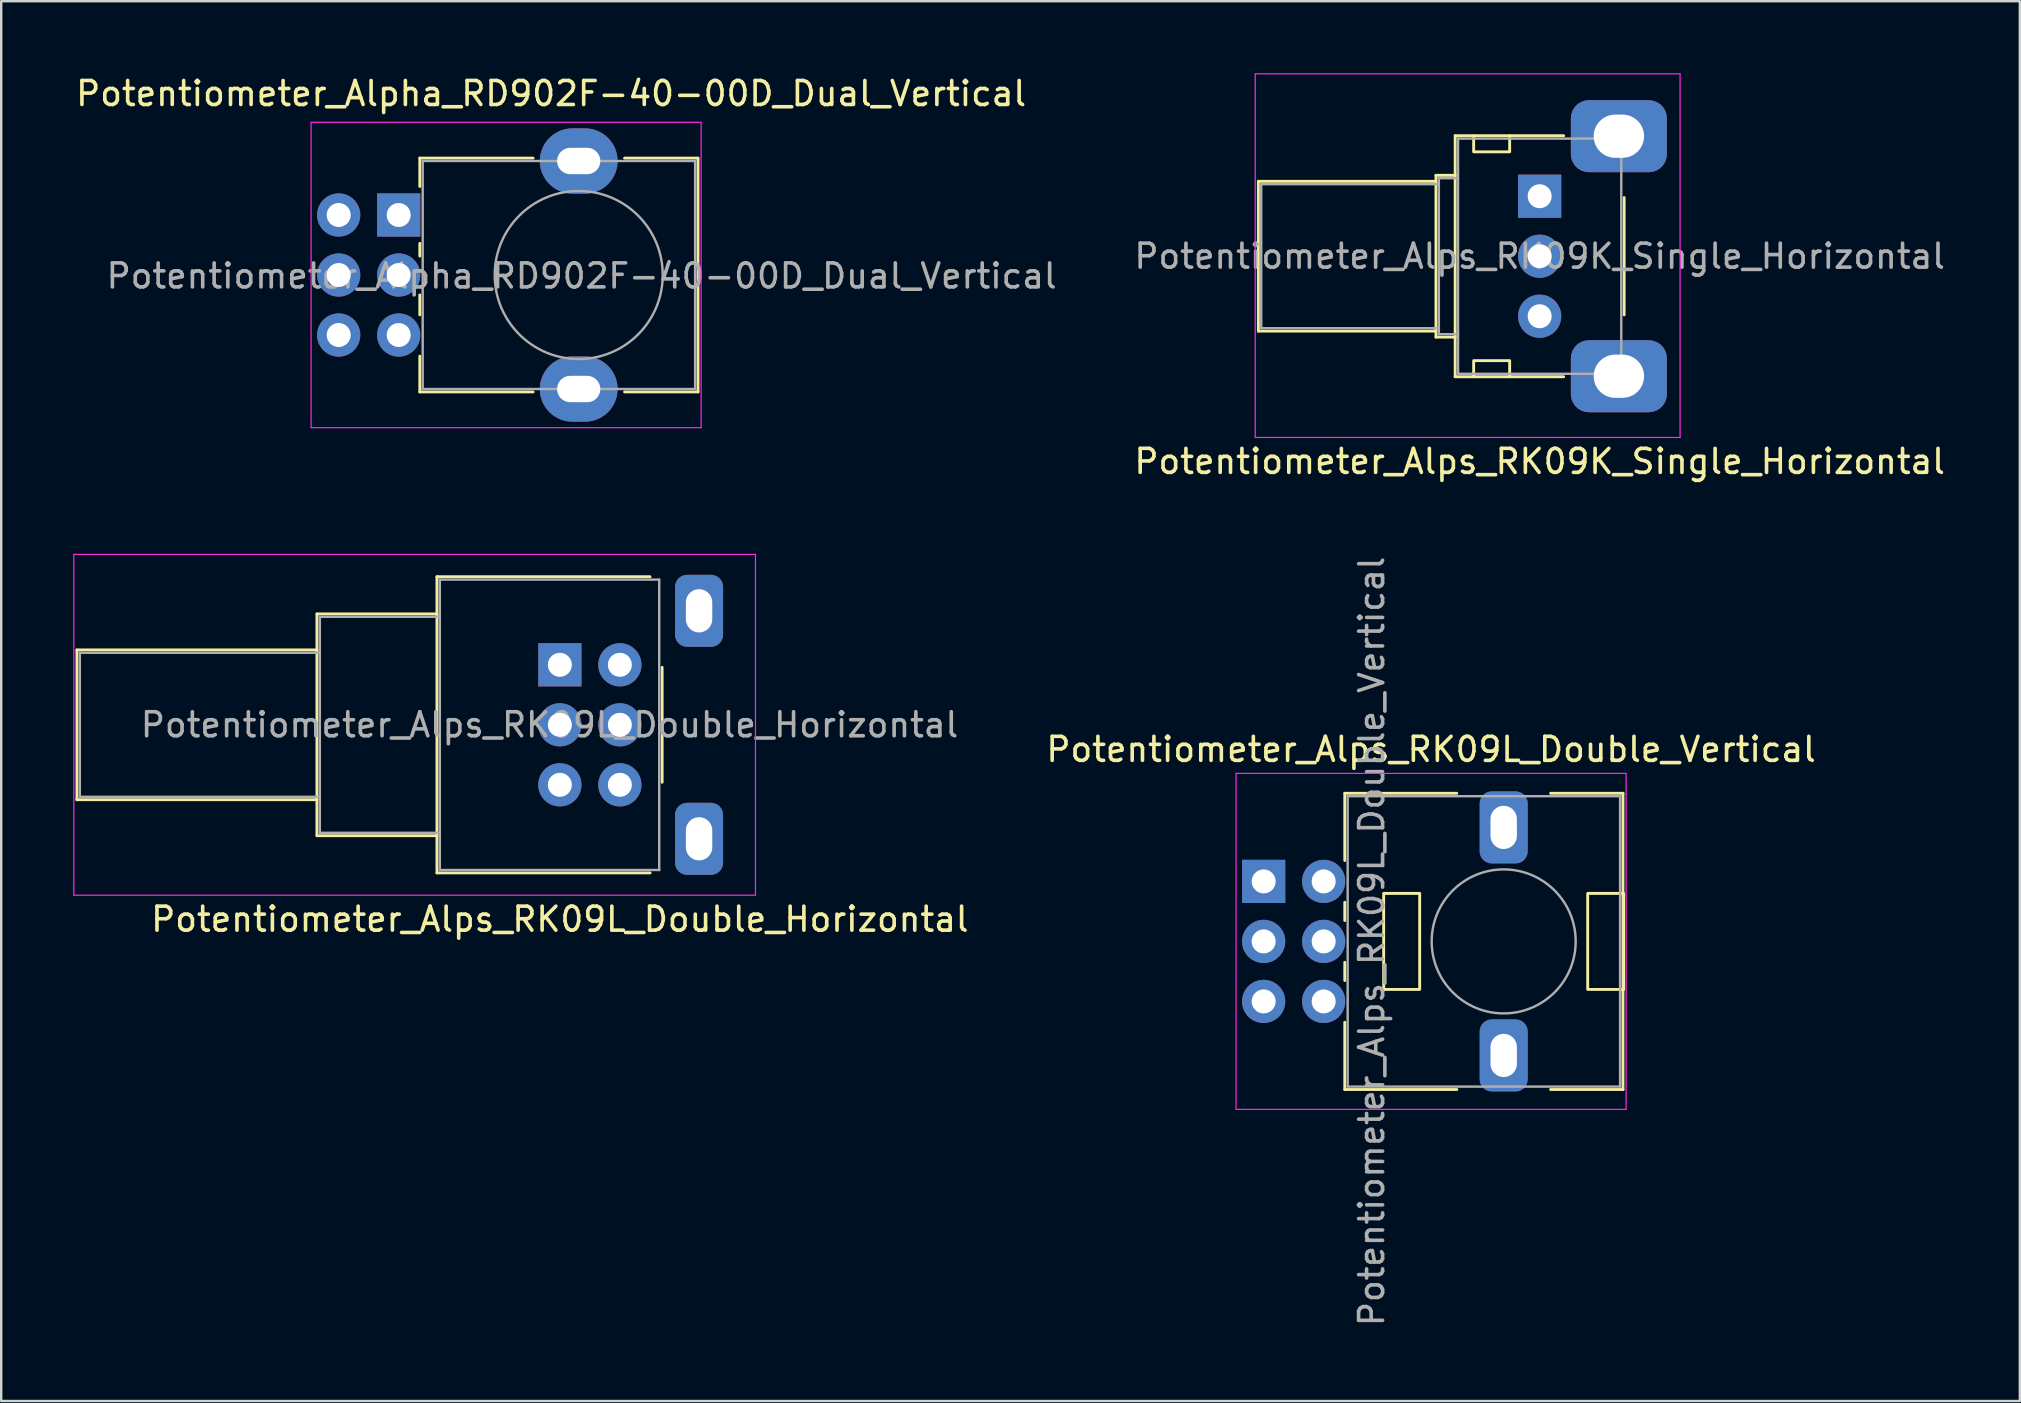
<source format=kicad_pcb>
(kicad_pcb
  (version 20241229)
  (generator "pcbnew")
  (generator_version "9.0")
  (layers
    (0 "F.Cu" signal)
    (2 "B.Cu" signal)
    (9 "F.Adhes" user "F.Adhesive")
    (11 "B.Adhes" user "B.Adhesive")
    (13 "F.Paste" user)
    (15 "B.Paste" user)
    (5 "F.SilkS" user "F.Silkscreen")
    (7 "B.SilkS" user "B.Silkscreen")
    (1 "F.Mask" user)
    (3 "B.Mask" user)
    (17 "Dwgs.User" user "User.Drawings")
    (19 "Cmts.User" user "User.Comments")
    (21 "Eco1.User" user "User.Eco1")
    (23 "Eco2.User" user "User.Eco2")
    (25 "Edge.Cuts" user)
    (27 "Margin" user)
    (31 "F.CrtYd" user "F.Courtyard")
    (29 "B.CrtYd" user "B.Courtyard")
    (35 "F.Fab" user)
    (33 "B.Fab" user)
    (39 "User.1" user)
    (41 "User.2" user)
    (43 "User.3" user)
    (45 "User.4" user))
  (footprint "Potentiometer_Alpha_RD902F-40-00D_Dual_Vertical"
    (layer "F.Cu")
    (at 13.561 5.908)
    (property "Reference" "Potentiometer_Alpha_RD902F-40-00D_Dual_Vertical" (at 6.35 -5.06 180) (layer "F.SilkS") (effects (font (size 1 1) (thickness 0.15))))
    (attr through_hole)
    (fp_line (start 0.88 -2.37) (end 5.6 -2.37) (stroke (width 0.12) (type solid)) (layer "F.SilkS"))
    (fp_line (start 0.88 -1.19) (end 0.88 -2.37) (stroke (width 0.12) (type solid)) (layer "F.SilkS"))
    (fp_line (start 0.88 1.71) (end 0.88 1.18) (stroke (width 0.12) (type solid)) (layer "F.SilkS"))
    (fp_line (start 0.88 4.16) (end 0.88 3.33) (stroke (width 0.12) (type solid)) (layer "F.SilkS"))
    (fp_line (start 0.88 7.37) (end 0.88 5.88) (stroke (width 0.12) (type solid)) (layer "F.SilkS"))
    (fp_line (start 0.88 7.37) (end 5.6 7.37) (stroke (width 0.12) (type solid)) (layer "F.SilkS"))
    (fp_line (start 9.41 -2.37) (end 12.47 -2.37) (stroke (width 0.12) (type solid)) (layer "F.SilkS"))
    (fp_line (start 9.41 7.37) (end 12.47 7.37) (stroke (width 0.12) (type solid)) (layer "F.SilkS"))
    (fp_line (start 12.47 7.37) (end 12.47 -2.37) (stroke (width 0.12) (type solid)) (layer "F.SilkS"))
    (fp_line (start -3.65 -3.86) (end -3.65 8.86) (stroke (width 0.05) (type solid)) (layer "F.CrtYd"))
    (fp_line (start -3.65 8.86) (end 12.6 8.86) (stroke (width 0.05) (type solid)) (layer "F.CrtYd"))
    (fp_line (start 12.6 -3.86) (end -3.65 -3.86) (stroke (width 0.05) (type solid)) (layer "F.CrtYd"))
    (fp_line (start 12.6 8.86) (end 12.6 -3.86) (stroke (width 0.05) (type solid)) (layer "F.CrtYd"))
    (fp_line (start 1 -2.25) (end 12.35 -2.25) (stroke (width 0.1) (type solid)) (layer "F.Fab"))
    (fp_line (start 1 7.25) (end 1 -2.25) (stroke (width 0.1) (type solid)) (layer "F.Fab"))
    (fp_line (start 1 7.25) (end 12.35 7.25) (stroke (width 0.1) (type solid)) (layer "F.Fab"))
    (fp_line (start 12.35 7.25) (end 12.35 -2.25) (stroke (width 0.1) (type solid)) (layer "F.Fab"))
    (fp_circle (center 7.5 2.5) (end 7.5 -1) (stroke (width 0.1) (type solid)) (fill no) (layer "F.Fab"))
    (fp_text user "${REFERENCE}" (at 7.62 2.54 0) (layer "F.Fab") (effects (font (size 1 1) (thickness 0.15))))
    (pad "" thru_hole oval (at 7.5 -2.25 90) (size 2.72 3.24) (drill oval 1.1 1.8) (layers "*.Cu" "*.Mask"))
    (pad "" thru_hole oval (at 7.5 7.25 90) (size 2.72 3.24) (drill oval 1.1 1.8) (layers "*.Cu" "*.Mask"))
    (pad "1" thru_hole rect (at 0 0 90) (size 1.8 1.8) (drill 1) (layers "*.Cu" "*.Mask"))
    (pad "2" thru_hole circle (at 0 2.5 90) (size 1.8 1.8) (drill 1) (layers "*.Cu" "*.Mask"))
    (pad "3" thru_hole circle (at 0 5 90) (size 1.8 1.8) (drill 1) (layers "*.Cu" "*.Mask"))
    (pad "4" thru_hole circle (at -2.5 0 90) (size 1.8 1.8) (drill 1) (layers "*.Cu" "*.Mask"))
    (pad "5" thru_hole circle (at -2.5 2.5 90) (size 1.8 1.8) (drill 1) (layers "*.Cu" "*.Mask"))
    (pad "6" thru_hole circle (at -2.5 5 90) (size 1.8 1.8) (drill 1) (layers "*.Cu" "*.Mask")))
  (footprint "Potentiometer_Alps_RK09K_Single_Horizontal"
    (layer "F.Cu")
    (at 61.097 5.125)
    (property "Reference" "Potentiometer_Alps_RK09K_Single_Horizontal" (at 0 11.05 180) (layer "F.SilkS") (effects (font (size 1 1) (thickness 0.15))))
    (attr through_hole)
    (fp_line (start -11.72 5.62) (end -11.72 -0.62) (stroke (width 0.12) (type solid)) (layer "F.SilkS"))
    (fp_line (start -4.32 -0.62) (end -11.72 -0.62) (stroke (width 0.12) (type solid)) (layer "F.SilkS"))
    (fp_line (start -4.32 5.62) (end -11.72 5.62) (stroke (width 0.12) (type solid)) (layer "F.SilkS"))
    (fp_line (start -4.32 5.87) (end -4.32 -0.87) (stroke (width 0.12) (type solid)) (layer "F.SilkS"))
    (fp_line (start -3.52 -0.87) (end -4.32 -0.87) (stroke (width 0.12) (type solid)) (layer "F.SilkS"))
    (fp_line (start -3.52 5.87) (end -4.32 5.87) (stroke (width 0.12) (type solid)) (layer "F.SilkS"))
    (fp_line (start -3.52 7.521) (end -3.52 -2.52) (stroke (width 0.12) (type solid)) (layer "F.SilkS"))
    (fp_line (start -2.75 -2.52) (end -3.52 -2.52) (stroke (width 0.12) (type solid)) (layer "F.SilkS"))
    (fp_line (start -2.75 7.521) (end -3.52 7.521) (stroke (width 0.12) (type solid)) (layer "F.SilkS"))
    (fp_line (start -1.25 -2.52) (end 1 -2.52) (stroke (width 0.12) (type solid)) (layer "F.SilkS"))
    (fp_line (start 1 7.521) (end -1.25 7.521) (stroke (width 0.12) (type solid)) (layer "F.SilkS"))
    (fp_line (start 3.52 4.944) (end 3.52 0.055) (stroke (width 0.12) (type solid)) (layer "F.SilkS"))
    (fp_rect (start -2.75 -2.52) (end -1.25 -1.85) (stroke (width 0.12) (type solid)) (fill no) (layer "F.SilkS"))
    (fp_rect (start -2.75 6.85) (end -1.25 7.521) (stroke (width 0.12) (type solid)) (fill no) (layer "F.SilkS"))
    (fp_line (start -11.85 -5.1) (end -11.85 10.05) (stroke (width 0.05) (type solid)) (layer "F.CrtYd"))
    (fp_line (start -11.85 10.05) (end 5.85 10.05) (stroke (width 0.05) (type solid)) (layer "F.CrtYd"))
    (fp_line (start 5.85 -5.1) (end -11.85 -5.1) (stroke (width 0.05) (type solid)) (layer "F.CrtYd"))
    (fp_line (start 5.85 10.05) (end 5.85 -5.1) (stroke (width 0.05) (type solid)) (layer "F.CrtYd"))
    (fp_line (start -11.6 -0.5) (end -11.6 5.5) (stroke (width 0.1) (type solid)) (layer "F.Fab"))
    (fp_line (start -11.6 5.5) (end -4.2 5.5) (stroke (width 0.1) (type solid)) (layer "F.Fab"))
    (fp_line (start -4.2 -0.75) (end -4.2 5.75) (stroke (width 0.1) (type solid)) (layer "F.Fab"))
    (fp_line (start -4.2 -0.5) (end -11.6 -0.5) (stroke (width 0.1) (type solid)) (layer "F.Fab"))
    (fp_line (start -4.2 5.75) (end -3.4 5.75) (stroke (width 0.1) (type solid)) (layer "F.Fab"))
    (fp_line (start -3.4 -2.4) (end -3.4 7.4) (stroke (width 0.1) (type solid)) (layer "F.Fab"))
    (fp_line (start -3.4 -0.75) (end -4.2 -0.75) (stroke (width 0.1) (type solid)) (layer "F.Fab"))
    (fp_line (start -3.4 7.4) (end 3.4 7.4) (stroke (width 0.1) (type solid)) (layer "F.Fab"))
    (fp_line (start 3.4 -2.4) (end -3.4 -2.4) (stroke (width 0.1) (type solid)) (layer "F.Fab"))
    (fp_line (start 3.4 7.4) (end 3.4 -2.4) (stroke (width 0.1) (type solid)) (layer "F.Fab"))
    (fp_text user "${REFERENCE}" (at 0 2.5 180) (layer "F.Fab") (effects (font (size 1 1) (thickness 0.15))))
    (pad "1" thru_hole rect (at 0 0 180) (size 1.8 1.8) (drill 1) (layers "*.Cu" "*.Mask"))
    (pad "2" thru_hole circle (at 0 2.5 180) (size 1.8 1.8) (drill 1) (layers "*.Cu" "*.Mask"))
    (pad "3" thru_hole circle (at 0 5 180) (size 1.8 1.8) (drill 1) (layers "*.Cu" "*.Mask"))
    (pad "MP" thru_hole roundrect (at 3.3 -2.5 180) (size 4 3) (drill oval 2.1 1.8) (layers "*.Cu" "*.Mask") (roundrect_rratio 0.25))
    (pad "MP" thru_hole roundrect (at 3.3 7.5 180) (size 4 3) (drill oval 2.1 1.8) (layers "*.Cu" "*.Mask") (roundrect_rratio 0.25))
    (zone (net_name "") (layer "F.Cu") (name "Copper Keep Out") (hatch full 0.508) (connect_pads) (min_thickness 0.254) (filled_areas_thickness no) (keepout (tracks not_allowed) (vias not_allowed) (pads not_allowed) (copperpour not_allowed) (footprints not_allowed)) (placement (enabled no)) (fill) (polygon (pts (xy 58.347 2.625) (xy 59.847 2.625) (xy 59.847 3.275) (xy 58.347 3.275))))
    (zone (net_name "") (layer "F.Cu") (name "Copper Keep Out") (hatch full 0.508) (connect_pads) (min_thickness 0.254) (filled_areas_thickness no) (keepout (tracks not_allowed) (vias not_allowed) (pads not_allowed) (copperpour not_allowed) (footprints not_allowed)) (placement (enabled no)) (fill) (polygon (pts (xy 58.347 11.975) (xy 59.847 11.975) (xy 59.847 12.625) (xy 58.347 12.625)))))
  (footprint "Potentiometer_Alps_RK09L_Double_Horizontal"
    (layer "F.Cu")
    (at 20.275 24.648)
    (property "Reference" "Potentiometer_Alps_RK09L_Double_Horizontal" (at 0 10.6 180) (layer "F.SilkS") (effects (font (size 1 1) (thickness 0.15))))
    (attr through_hole)
    (fp_line (start -20.12 5.62) (end -20.12 -0.62) (stroke (width 0.12) (type solid)) (layer "F.SilkS"))
    (fp_line (start -10.12 -0.62) (end -20.12 -0.62) (stroke (width 0.12) (type solid)) (layer "F.SilkS"))
    (fp_line (start -10.12 5.62) (end -20.12 5.62) (stroke (width 0.12) (type solid)) (layer "F.SilkS"))
    (fp_line (start -10.12 7.12) (end -10.12 -2.12) (stroke (width 0.12) (type solid)) (layer "F.SilkS"))
    (fp_line (start -5.12 -2.12) (end -10.12 -2.12) (stroke (width 0.12) (type solid)) (layer "F.SilkS"))
    (fp_line (start -5.12 7.12) (end -10.12 7.12) (stroke (width 0.12) (type solid)) (layer "F.SilkS"))
    (fp_line (start -5.12 8.67) (end -5.12 -3.67) (stroke (width 0.12) (type solid)) (layer "F.SilkS"))
    (fp_line (start 3.759 -3.67) (end -5.12 -3.67) (stroke (width 0.12) (type solid)) (layer "F.SilkS"))
    (fp_line (start 3.759 8.67) (end -5.12 8.67) (stroke (width 0.12) (type solid)) (layer "F.SilkS"))
    (fp_line (start 4.261 4.894) (end 4.261 0.105) (stroke (width 0.12) (type solid)) (layer "F.SilkS"))
    (fp_line (start -20.25 -4.6) (end -20.25 9.6) (stroke (width 0.05) (type solid)) (layer "F.CrtYd"))
    (fp_line (start -20.25 9.6) (end 8.15 9.6) (stroke (width 0.05) (type solid)) (layer "F.CrtYd"))
    (fp_line (start 8.15 -4.6) (end -20.25 -4.6) (stroke (width 0.05) (type solid)) (layer "F.CrtYd"))
    (fp_line (start 8.15 9.6) (end 8.15 -4.6) (stroke (width 0.05) (type solid)) (layer "F.CrtYd"))
    (fp_line (start -20 -0.5) (end -20 5.5) (stroke (width 0.1) (type solid)) (layer "F.Fab"))
    (fp_line (start -20 5.5) (end -10 5.5) (stroke (width 0.1) (type solid)) (layer "F.Fab"))
    (fp_line (start -10 -2) (end -10 7) (stroke (width 0.1) (type solid)) (layer "F.Fab"))
    (fp_line (start -10 -0.5) (end -20 -0.5) (stroke (width 0.1) (type solid)) (layer "F.Fab"))
    (fp_line (start -10 7) (end -5 7) (stroke (width 0.1) (type solid)) (layer "F.Fab"))
    (fp_line (start -5 -3.55) (end -5 8.55) (stroke (width 0.1) (type solid)) (layer "F.Fab"))
    (fp_line (start -5 -2) (end -10 -2) (stroke (width 0.1) (type solid)) (layer "F.Fab"))
    (fp_line (start -5 8.55) (end 4.14 8.55) (stroke (width 0.1) (type solid)) (layer "F.Fab"))
    (fp_line (start 4.14 -3.55) (end -5 -3.55) (stroke (width 0.1) (type solid)) (layer "F.Fab"))
    (fp_line (start 4.14 8.55) (end 4.14 -3.55) (stroke (width 0.1) (type solid)) (layer "F.Fab"))
    (fp_text user "${REFERENCE}" (at -0.43 2.5 180) (layer "F.Fab") (effects (font (size 1 1) (thickness 0.15))))
    (pad "1" thru_hole rect (at 0 0 180) (size 1.8 1.8) (drill 1) (layers "*.Cu" "*.Mask"))
    (pad "2" thru_hole circle (at 0 2.5 180) (size 1.8 1.8) (drill 1) (layers "*.Cu" "*.Mask"))
    (pad "3" thru_hole circle (at 0 5 180) (size 1.8 1.8) (drill 1) (layers "*.Cu" "*.Mask"))
    (pad "4" thru_hole circle (at 2.5 0 180) (size 1.8 1.8) (drill 1) (layers "*.Cu" "*.Mask"))
    (pad "5" thru_hole circle (at 2.5 2.5 180) (size 1.8 1.8) (drill 1) (layers "*.Cu" "*.Mask"))
    (pad "6" thru_hole circle (at 2.5 5 180) (size 1.8 1.8) (drill 1) (layers "*.Cu" "*.Mask"))
    (pad "MP" thru_hole roundrect (at 5.8 -2.25 180) (size 2 3) (drill oval 1.1 1.8) (layers "*.Cu" "*.Mask") (roundrect_rratio 0.25))
    (pad "MP" thru_hole roundrect (at 5.8 7.25 180) (size 2 3) (drill oval 1.1 1.8) (layers "*.Cu" "*.Mask") (roundrect_rratio 0.25)))
  (footprint "Potentiometer_Alps_RK09L_Double_Vertical"
    (layer "F.Cu")
    (at 49.598 33.672)
    (property "Reference" "Potentiometer_Alps_RK09L_Double_Vertical" (at 6.975 -5.5 0) (layer "F.SilkS") (effects (font (size 1 1) (thickness 0.15))))
    (attr through_hole)
    (fp_line (start 3.38 -3.67) (end 3.38 -0.871) (stroke (width 0.12) (type solid)) (layer "F.SilkS"))
    (fp_line (start 3.38 -3.67) (end 8.046 -3.67) (stroke (width 0.12) (type solid)) (layer "F.SilkS"))
    (fp_line (start 3.38 0.871) (end 3.38 1.63) (stroke (width 0.12) (type solid)) (layer "F.SilkS"))
    (fp_line (start 3.38 3.371) (end 3.38 4.13) (stroke (width 0.12) (type solid)) (layer "F.SilkS"))
    (fp_line (start 3.38 5.87) (end 3.38 8.67) (stroke (width 0.12) (type solid)) (layer "F.SilkS"))
    (fp_line (start 3.38 8.67) (end 8.046 8.67) (stroke (width 0.12) (type solid)) (layer "F.SilkS"))
    (fp_line (start 11.955 -3.67) (end 14.97 -3.67) (stroke (width 0.12) (type solid)) (layer "F.SilkS"))
    (fp_line (start 11.955 8.67) (end 14.97 8.67) (stroke (width 0.12) (type solid)) (layer "F.SilkS"))
    (fp_line (start 14.97 -3.67) (end 14.97 8.67) (stroke (width 0.12) (type solid)) (layer "F.SilkS"))
    (fp_rect (start 5 0.5) (end 6.5 4.5) (stroke (width 0.12) (type solid)) (fill no) (layer "F.SilkS"))
    (fp_rect (start 13.5 0.5) (end 15 4.5) (stroke (width 0.12) (type solid)) (fill no) (layer "F.SilkS"))
    (fp_line (start -1.15 -4.5) (end -1.15 9.5) (stroke (width 0.05) (type solid)) (layer "F.CrtYd"))
    (fp_line (start -1.15 9.5) (end 15.1 9.5) (stroke (width 0.05) (type solid)) (layer "F.CrtYd"))
    (fp_line (start 15.1 -4.5) (end -1.15 -4.5) (stroke (width 0.05) (type solid)) (layer "F.CrtYd"))
    (fp_line (start 15.1 9.5) (end 15.1 -4.5) (stroke (width 0.05) (type solid)) (layer "F.CrtYd"))
    (fp_line (start 3.5 -3.55) (end 3.5 8.55) (stroke (width 0.1) (type solid)) (layer "F.Fab"))
    (fp_line (start 3.5 8.55) (end 14.85 8.55) (stroke (width 0.1) (type solid)) (layer "F.Fab"))
    (fp_line (start 14.85 -3.55) (end 3.5 -3.55) (stroke (width 0.1) (type solid)) (layer "F.Fab"))
    (fp_line (start 14.85 8.55) (end 14.85 -3.55) (stroke (width 0.1) (type solid)) (layer "F.Fab"))
    (fp_circle (center 10 2.5) (end 13 2.5) (stroke (width 0.1) (type solid)) (fill no) (layer "F.Fab"))
    (fp_text user "${REFERENCE}" (at 4.5 2.5 90) (layer "F.Fab") (effects (font (size 1 1) (thickness 0.15))))
    (pad "1" thru_hole rect (at 0 0) (size 1.8 1.8) (drill 1) (layers "*.Cu" "*.Mask"))
    (pad "2" thru_hole circle (at 0 2.5) (size 1.8 1.8) (drill 1) (layers "*.Cu" "*.Mask"))
    (pad "3" thru_hole circle (at 0 5) (size 1.8 1.8) (drill 1) (layers "*.Cu" "*.Mask"))
    (pad "4" thru_hole circle (at 2.5 0) (size 1.8 1.8) (drill 1) (layers "*.Cu" "*.Mask"))
    (pad "5" thru_hole circle (at 2.5 2.5) (size 1.8 1.8) (drill 1) (layers "*.Cu" "*.Mask"))
    (pad "6" thru_hole circle (at 2.5 5) (size 1.8 1.8) (drill 1) (layers "*.Cu" "*.Mask"))
    (pad "MP" thru_hole roundrect (at 10 -2.25) (size 2 3) (drill oval 1.1 1.8) (layers "*.Cu" "*.Mask") (roundrect_rratio 0.25))
    (pad "MP" thru_hole roundrect (at 10 7.25) (size 2 3) (drill oval 1.1 1.8) (layers "*.Cu" "*.Mask") (roundrect_rratio 0.25))
    (zone (net_name "") (layer "F.Cu") (name "Copper Keep Out") (hatch full 0.508) (connect_pads) (min_thickness 0.254) (filled_areas_thickness no) (keepout (tracks not_allowed) (vias not_allowed) (pads not_allowed) (copperpour not_allowed) (footprints not_allowed)) (placement (enabled no)) (fill) (polygon (pts (xy 56.098 38.172) (xy 54.598 38.172) (xy 54.598 34.172) (xy 56.098 34.172))))
    (zone (net_name "") (layer "F.Cu") (name "Copper Keep Out") (hatch full 0.508) (connect_pads) (min_thickness 0.254) (filled_areas_thickness no) (keepout (tracks not_allowed) (vias not_allowed) (pads not_allowed) (copperpour not_allowed) (footprints not_allowed)) (placement (enabled no)) (fill) (polygon (pts (xy 64.498 38.172) (xy 63.098 38.172) (xy 63.098 34.172) (xy 64.498 34.172)))))
  (gr_rect
    (start -3 -3)
    (end 81.103 55.321)
    (stroke (width 0.1) (type default))
    (fill no)
    (layer "Edge.Cuts")))
</source>
